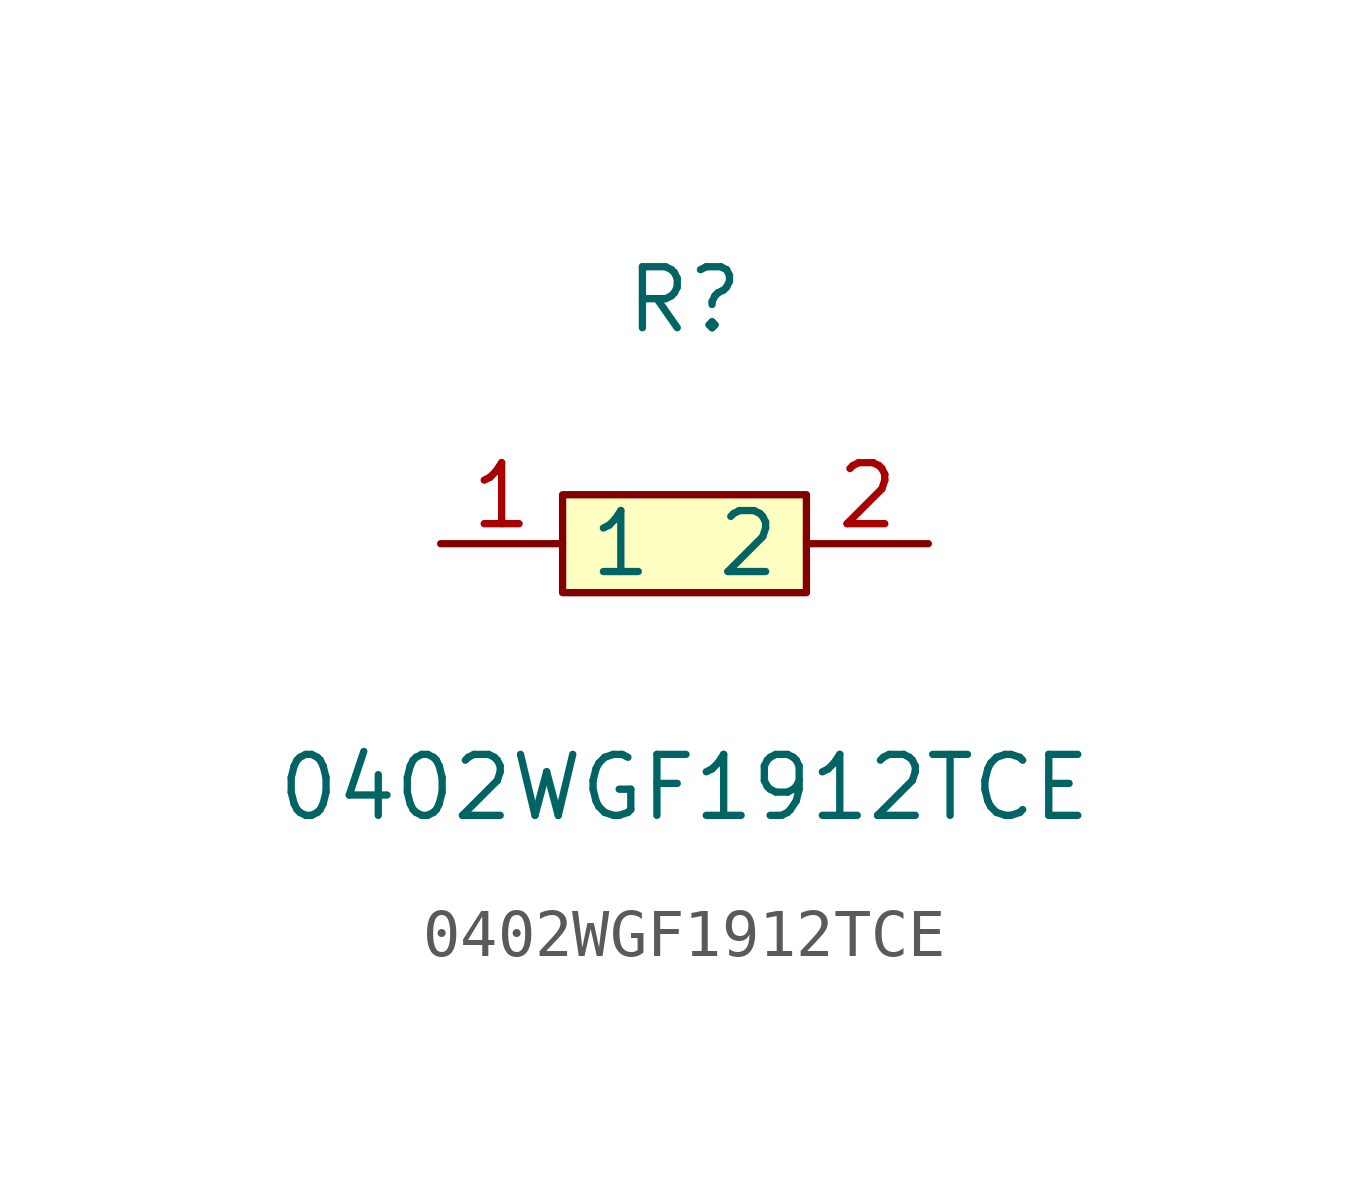
<source format=kicad_sym>
(kicad_symbol_lib
  (version 1)
  (generator "faebryk")
  (symbol "0402WGF1912TCE"
    (property "Reference" "R"
      (at 0 5.08 0)
      (effects (font (size 1.27 1.27)) (hide no)))
    (property "Value" "0402WGF1912TCE"
      (at 0 -5.08 0)
      (effects (font (size 1.27 1.27)) (hide no)))
    (symbol "0402WGF1912TCE_0_1"
      (rectangle (start -2.54 1.02) (end 2.54 -1.02) (stroke (width 0) (type default) (color 0 0 0 0)) (fill (type background)))
      (pin input line (at 5.08 0 180) (length 2.54) (name "2" (effects (font (size 1.27 1.27)) (hide no))) (number "2" (effects (font (size 1.27 1.27)) (hide no))))
      (pin input line (at -5.08 0 0) (length 2.54) (name "1" (effects (font (size 1.27 1.27)) (hide no))) (number "1" (effects (font (size 1.27 1.27)) (hide no)))))))
</source>
